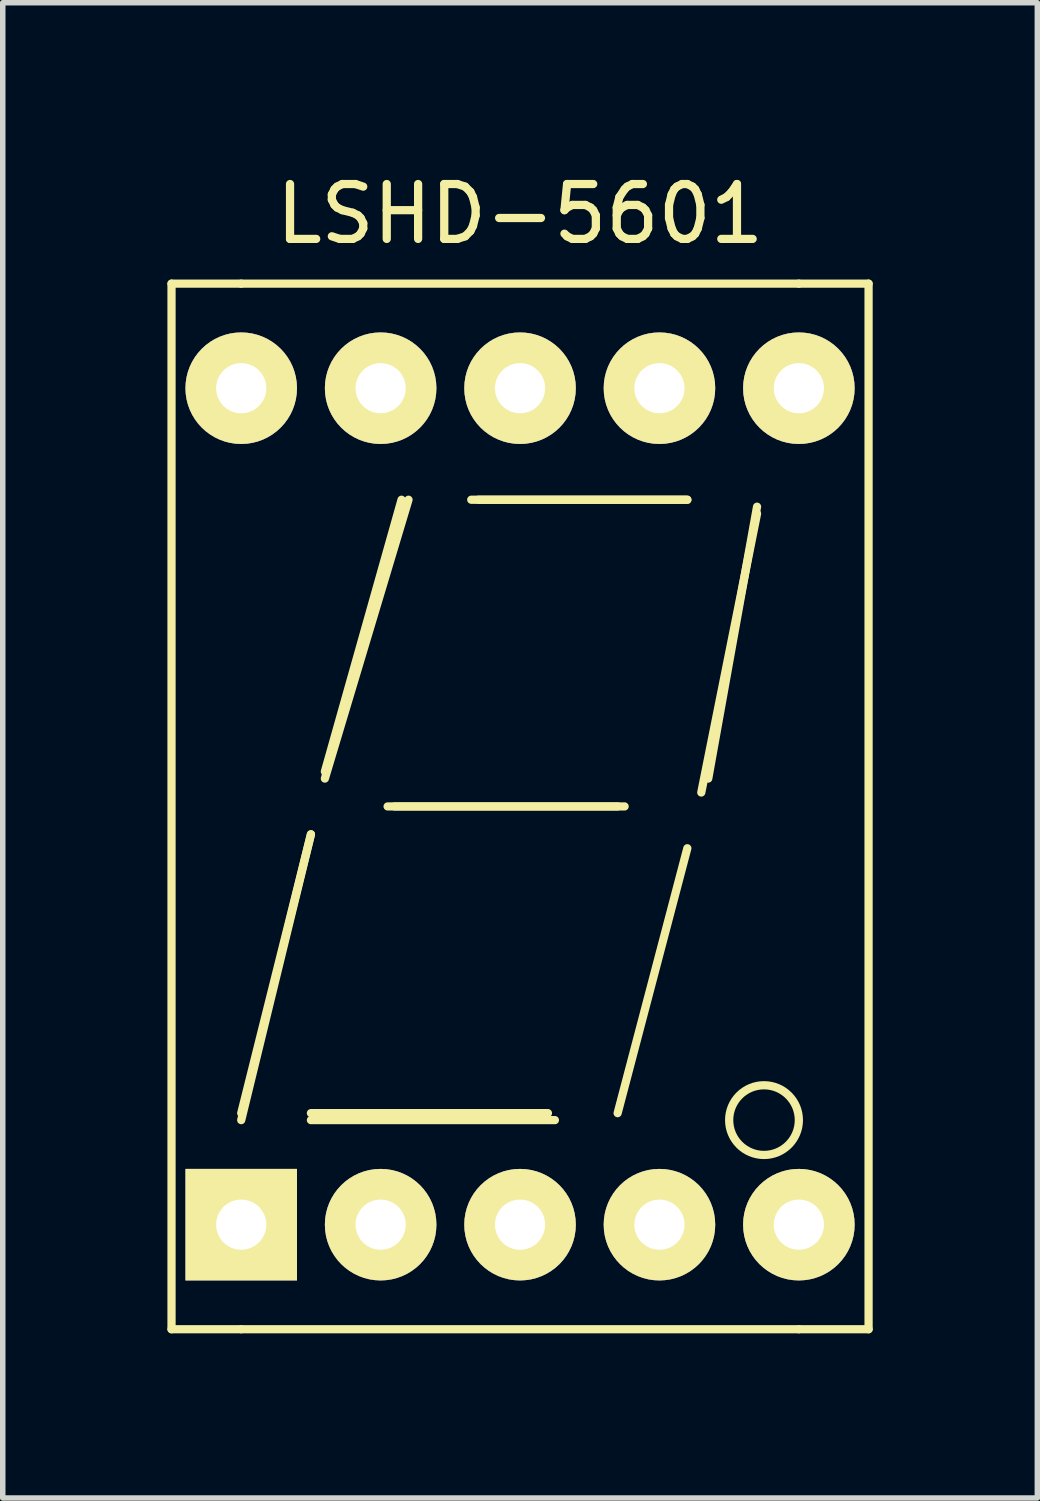
<source format=kicad_pcb>
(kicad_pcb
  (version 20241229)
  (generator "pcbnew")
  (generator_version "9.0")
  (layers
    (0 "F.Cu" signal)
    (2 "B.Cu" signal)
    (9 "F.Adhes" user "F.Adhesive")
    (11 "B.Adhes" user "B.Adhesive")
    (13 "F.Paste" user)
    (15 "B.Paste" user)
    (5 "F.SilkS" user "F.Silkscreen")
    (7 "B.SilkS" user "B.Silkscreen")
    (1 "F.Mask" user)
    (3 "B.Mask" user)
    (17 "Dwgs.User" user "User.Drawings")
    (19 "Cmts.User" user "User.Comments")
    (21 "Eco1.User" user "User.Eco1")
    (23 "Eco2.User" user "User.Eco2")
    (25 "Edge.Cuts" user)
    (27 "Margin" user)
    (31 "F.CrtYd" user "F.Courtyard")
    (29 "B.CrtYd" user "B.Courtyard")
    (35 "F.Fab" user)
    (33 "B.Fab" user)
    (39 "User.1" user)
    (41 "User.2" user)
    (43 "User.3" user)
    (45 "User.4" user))
  (footprint "LSHD-5601"
    (layer "F.Cu")
    (at 6.425 11.643)
    (property "Reference" "LSHD-5601" (at 0 -10.795 0) (layer "F.SilkS") (effects (font (size 1 1) (thickness 0.15))))
    (attr through_hole)
    (fp_line (start -6.35 -9.525) (end -6.35 9.525) (stroke (width 0.15) (type solid)) (layer "F.SilkS"))
    (fp_line (start -6.35 9.525) (end -5.08 9.525) (stroke (width 0.15) (type solid)) (layer "F.SilkS"))
    (fp_line (start -5.08 -9.525) (end -6.35 -9.525) (stroke (width 0.15) (type solid)) (layer "F.SilkS"))
    (fp_line (start -5.08 9.525) (end 5.08 9.525) (stroke (width 0.15) (type solid)) (layer "F.SilkS"))
    (fp_line (start -3.81 0.508) (end -5.08 5.588) (stroke (width 0.15) (type solid)) (layer "F.SilkS"))
    (fp_line (start -3.81 0.508) (end -5.08 5.715) (stroke (width 0.15) (type solid)) (layer "F.SilkS"))
    (fp_line (start -3.81 5.588) (end 0.508 5.588) (stroke (width 0.15) (type solid)) (layer "F.SilkS"))
    (fp_line (start -3.81 5.715) (end 0.635 5.715) (stroke (width 0.15) (type solid)) (layer "F.SilkS"))
    (fp_line (start -3.556 -0.635) (end -2.159 -5.588) (stroke (width 0.15) (type solid)) (layer "F.SilkS"))
    (fp_line (start -2.413 0) (end 1.905 0) (stroke (width 0.15) (type solid)) (layer "F.SilkS"))
    (fp_line (start -2.286 0) (end 1.778 0) (stroke (width 0.15) (type solid)) (layer "F.SilkS"))
    (fp_line (start -2.032 -5.588) (end -3.556 -0.508) (stroke (width 0.15) (type solid)) (layer "F.SilkS"))
    (fp_line (start -0.889 -5.588) (end 3.048 -5.588) (stroke (width 0.15) (type solid)) (layer "F.SilkS"))
    (fp_line (start -0.762 -5.588) (end 3.048 -5.588) (stroke (width 0.15) (type solid)) (layer "F.SilkS"))
    (fp_line (start 3.048 0.762) (end 1.778 5.588) (stroke (width 0.15) (type solid)) (layer "F.SilkS"))
    (fp_line (start 3.429 -0.508) (end 4.318 -5.461) (stroke (width 0.15) (type solid)) (layer "F.SilkS"))
    (fp_line (start 4.318 -5.334) (end 3.302 -0.254) (stroke (width 0.15) (type solid)) (layer "F.SilkS"))
    (fp_line (start 5.08 -9.525) (end -5.08 -9.525) (stroke (width 0.15) (type solid)) (layer "F.SilkS"))
    (fp_line (start 5.08 9.525) (end 6.35 9.525) (stroke (width 0.15) (type solid)) (layer "F.SilkS"))
    (fp_line (start 6.35 -9.525) (end 5.08 -9.525) (stroke (width 0.15) (type solid)) (layer "F.SilkS"))
    (fp_line (start 6.35 9.525) (end 6.35 -9.525) (stroke (width 0.15) (type solid)) (layer "F.SilkS"))
    (fp_circle (center 4.445 5.715) (end 5.08 5.715) (stroke (width 0.15) (type solid)) (fill no) (layer "F.SilkS"))
    (pad "1" thru_hole rect (at -5.08 7.62) (size 2.032 2.032) (drill 0.914) (layers "*.Cu" "*.Mask" "F.SilkS"))
    (pad "2" thru_hole circle (at -2.54 7.62) (size 2.032 2.032) (drill 0.914) (layers "*.Cu" "*.Mask" "F.SilkS"))
    (pad "3" thru_hole circle (at 0 7.62) (size 2.032 2.032) (drill 0.914) (layers "*.Cu" "*.Mask" "F.SilkS"))
    (pad "4" thru_hole circle (at 2.54 7.62) (size 2.032 2.032) (drill 0.914) (layers "*.Cu" "*.Mask" "F.SilkS"))
    (pad "5" thru_hole circle (at 5.08 7.62) (size 2.032 2.032) (drill 0.914) (layers "*.Cu" "*.Mask" "F.SilkS"))
    (pad "6" thru_hole circle (at -5.08 -7.62) (size 2.032 2.032) (drill 0.914) (layers "*.Cu" "*.Mask" "F.SilkS"))
    (pad "7" thru_hole circle (at -2.54 -7.62) (size 2.032 2.032) (drill 0.914) (layers "*.Cu" "*.Mask" "F.SilkS"))
    (pad "8" thru_hole circle (at 0 -7.62) (size 2.032 2.032) (drill 0.914) (layers "*.Cu" "*.Mask" "F.SilkS"))
    (pad "9" thru_hole circle (at 2.54 -7.62) (size 2.032 2.032) (drill 0.914) (layers "*.Cu" "*.Mask" "F.SilkS"))
    (pad "10" thru_hole circle (at 5.08 -7.62) (size 2.032 2.032) (drill 0.914) (layers "*.Cu" "*.Mask" "F.SilkS")))
  (gr_rect
    (start -3 -3)
    (end 15.85 24.243)
    (stroke (width 0.1) (type default))
    (fill no)
    (layer "Edge.Cuts")))
</source>
